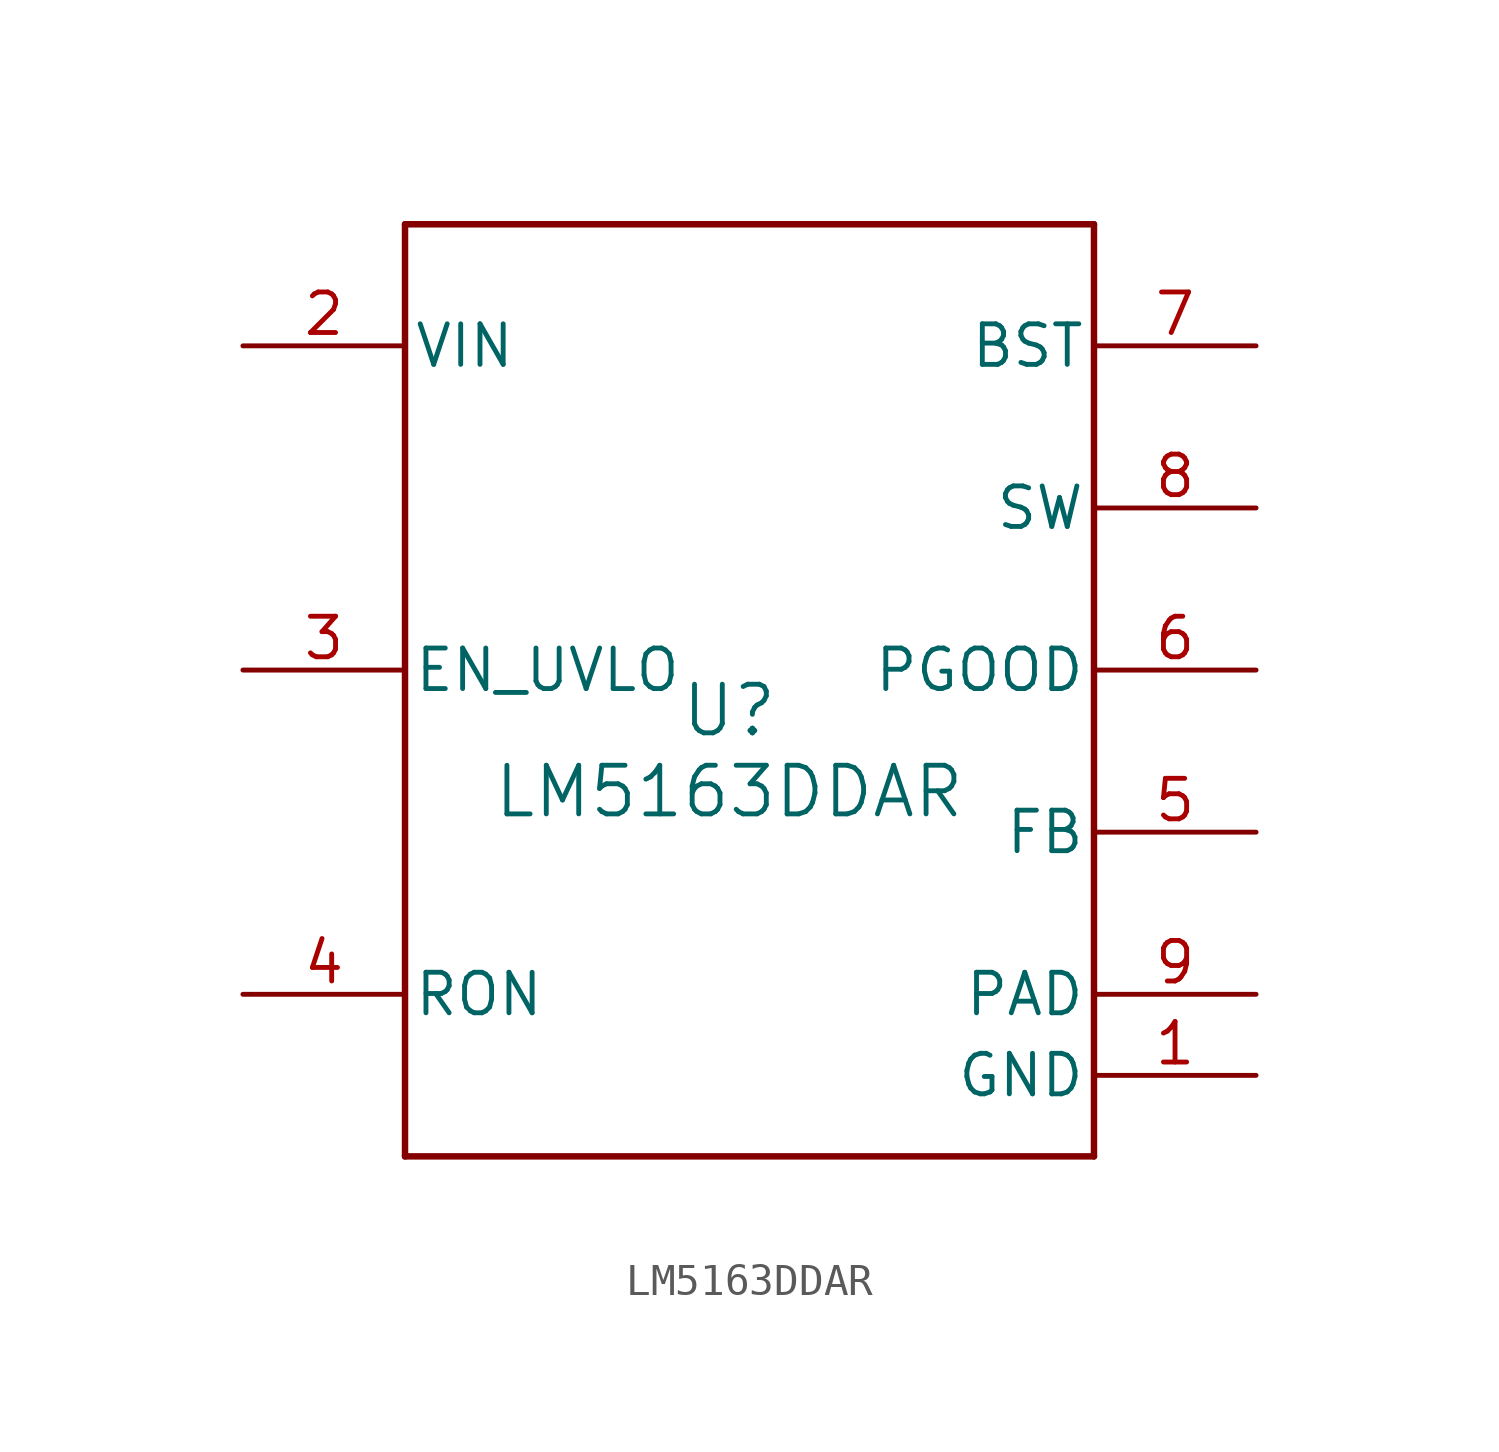
<source format=kicad_sym>
(kicad_symbol_lib
  (version 20231120)
  (generator "kicad_symbol_editor")
  (generator_version "8.0")
  (symbol "LM5163DDAR"
    (pin_names
      (offset 0.254))
    (property "Reference" "U"
      (at 0 2.54 0)
      (effects (font (size 1.524 1.524))))
    (property "Value" "LM5163DDAR"
      (at 0 0 0)
      (effects (font (size 1.524 1.524))))
    (symbol "LM5163DDAR_0_1"
      (polyline (pts (xy -10.16 -11.43) (xy 11.43 -11.43)) (stroke (width 0.203) (type default)) (fill (type none)))
      (polyline (pts (xy -10.16 17.78) (xy -10.16 -11.43)) (stroke (width 0.203) (type default)) (fill (type none)))
      (polyline (pts (xy 11.43 -11.43) (xy 11.43 17.78)) (stroke (width 0.203) (type default)) (fill (type none)))
      (polyline (pts (xy 11.43 17.78) (xy -10.16 17.78)) (stroke (width 0.203) (type default)) (fill (type none)))
      (pin power_in line (at 16.51 -8.89 180) (length 5.08) (name "GND" (effects (font (size 1.27 1.27)))) (number "1" (effects (font (size 1.27 1.27)))))
      (pin power_in line (at -15.24 13.97 0) (length 5.08) (name "VIN" (effects (font (size 1.27 1.27)))) (number "2" (effects (font (size 1.27 1.27)))))
      (pin input line (at -15.24 3.81 0) (length 5.08) (name "EN_UVLO" (effects (font (size 1.27 1.27)))) (number "3" (effects (font (size 1.27 1.27)))))
      (pin input line (at -15.24 -6.35 0) (length 5.08) (name "RON" (effects (font (size 1.27 1.27)))) (number "4" (effects (font (size 1.27 1.27)))))
      (pin input line (at 16.51 -1.27 180) (length 5.08) (name "FB" (effects (font (size 1.27 1.27)))) (number "5" (effects (font (size 1.27 1.27)))))
      (pin open_collector line (at 16.51 3.81 180) (length 5.08) (name "PGOOD" (effects (font (size 1.27 1.27)))) (number "6" (effects (font (size 1.27 1.27)))))
      (pin power_in line (at 16.51 13.97 180) (length 5.08) (name "BST" (effects (font (size 1.27 1.27)))) (number "7" (effects (font (size 1.27 1.27)))))
      (pin power_in line (at 16.51 8.89 180) (length 5.08) (name "SW" (effects (font (size 1.27 1.27)))) (number "8" (effects (font (size 1.27 1.27)))))
      (pin unspecified line (at 16.51 -6.35 180) (length 5.08) (name "PAD" (effects (font (size 1.27 1.27)))) (number "9" (effects (font (size 1.27 1.27))))))))
</source>
